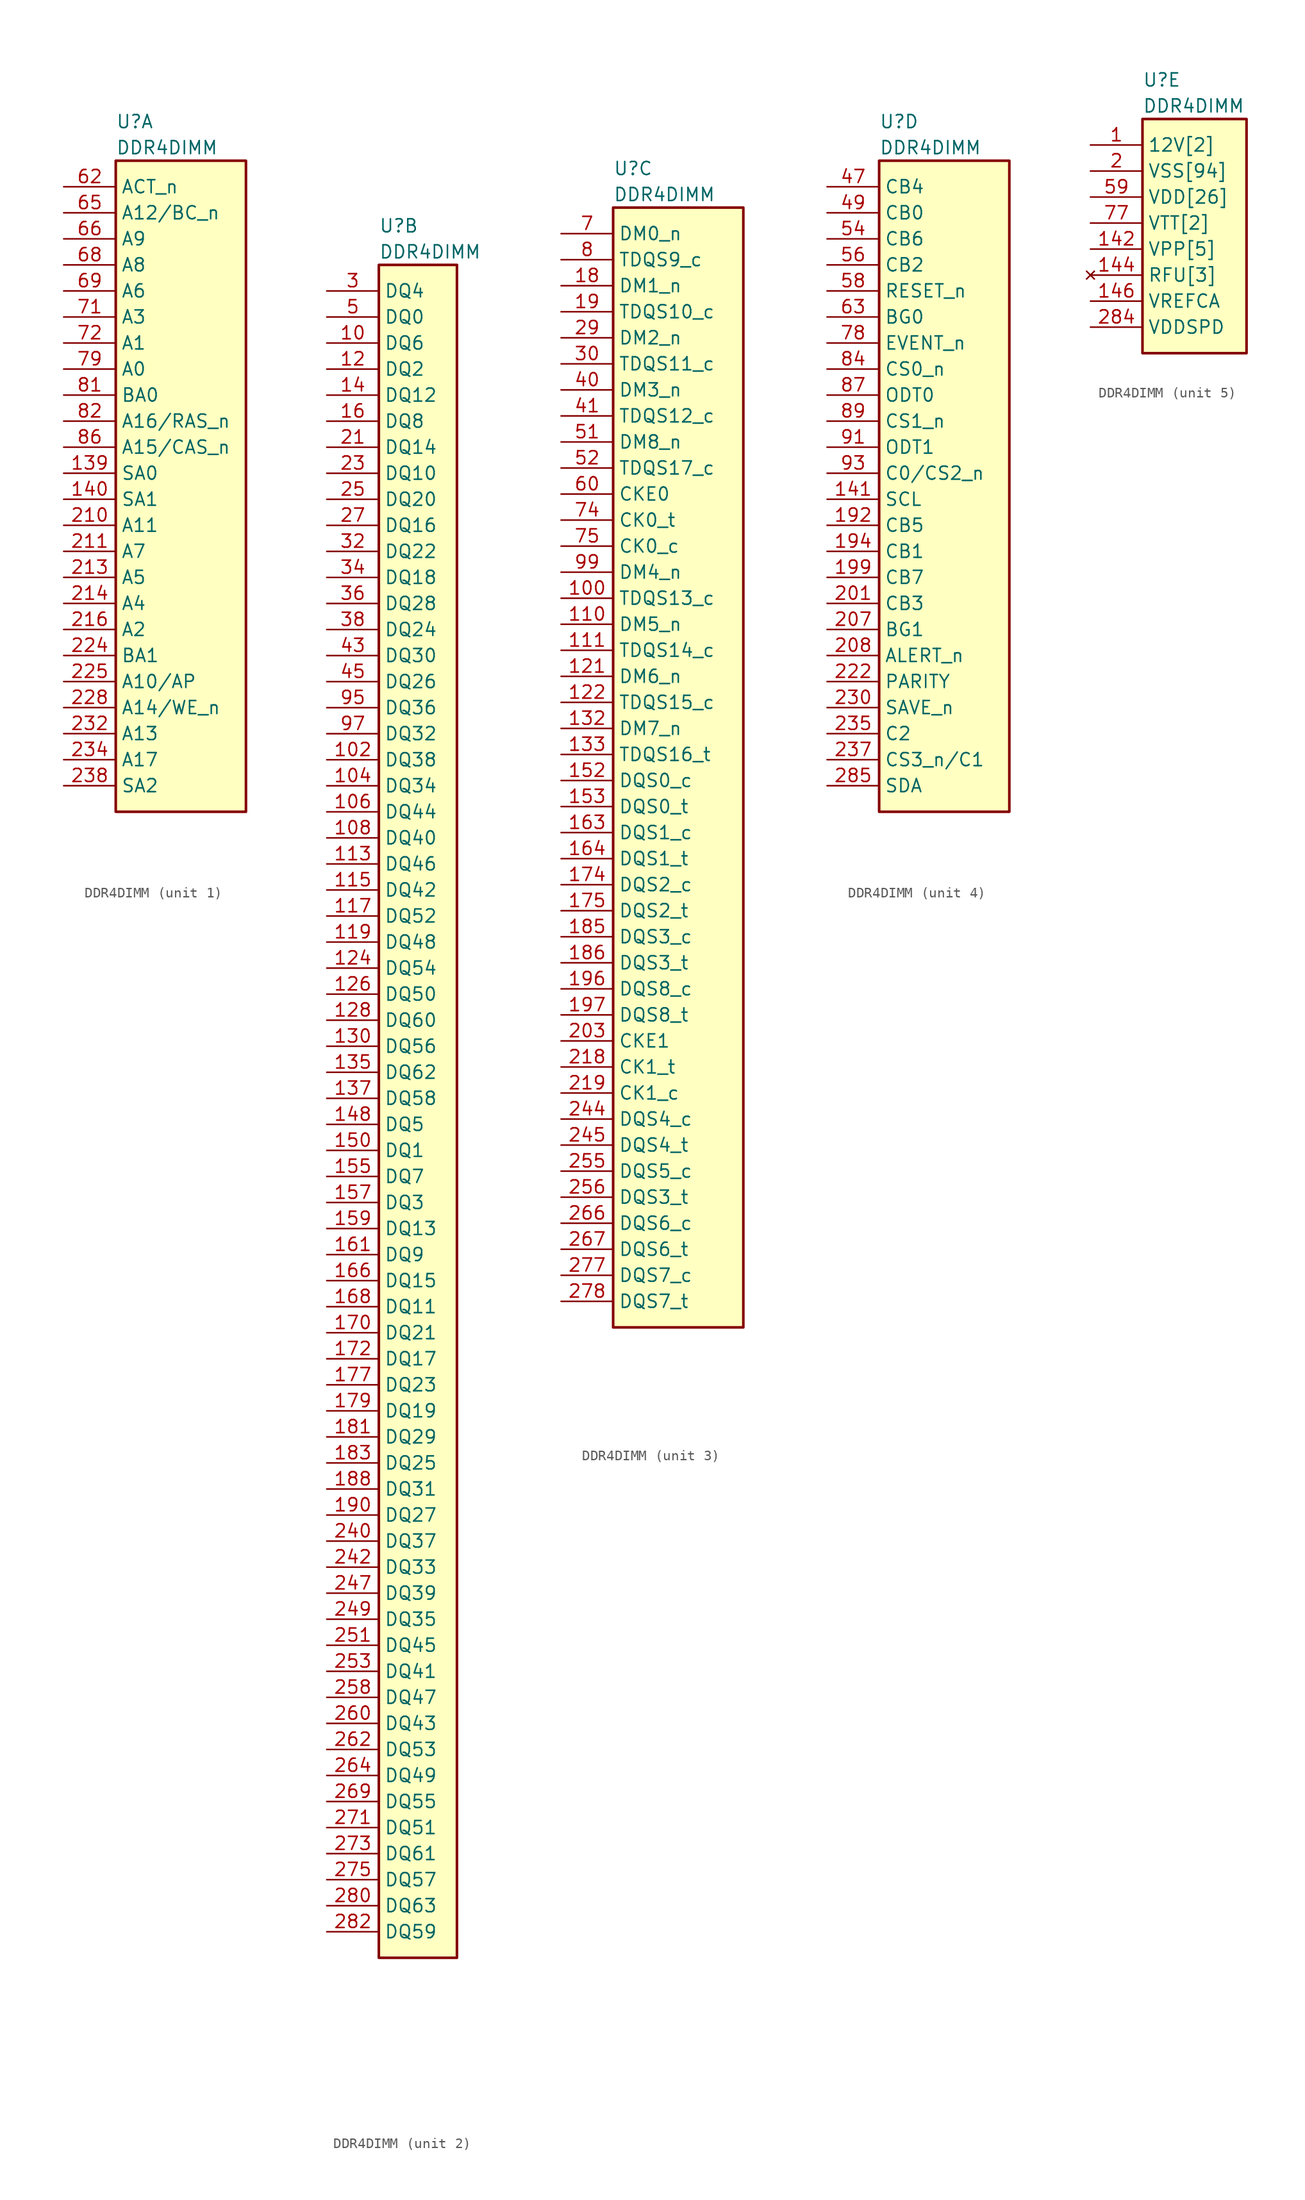
<source format=kicad_sym>
(kicad_symbol_lib
  (version 20211014)
  (generator kicad_symbol_editor)
  (symbol "﻿DDR4DIMM"
    (property "Reference" "U"
      (at 5.08 6.35 0)
      (effects (font (size 1.27 1.27)) (justify left)))
    (property "Value" "﻿DDR4DIMM"
      (at 5.08 3.81 0)
      (effects (font (size 1.27 1.27)) (justify left)))
    (property "ki_locked" ""
      (at 0 0 0)
      (effects (font (size 1.27 1.27))))
    (symbol "﻿DDR4DIMM_1_1"
      (rectangle (start 5.08 2.54) (end 17.78 -60.96) (stroke (width 0.254) (type default) (color 0 0 0 0)) (fill (type background)))
      (pin bidirectional line (at 0 -27.94 0) (length 5.08) (name "SA0" (effects (font (size 1.27 1.27)))) (number "139" (effects (font (size 1.27 1.27)))))
      (pin bidirectional line (at 0 -30.48 0) (length 5.08) (name "SA1" (effects (font (size 1.27 1.27)))) (number "140" (effects (font (size 1.27 1.27)))))
      (pin bidirectional line (at 0 -33.02 0) (length 5.08) (name "A11" (effects (font (size 1.27 1.27)))) (number "210" (effects (font (size 1.27 1.27)))))
      (pin bidirectional line (at 0 -35.56 0) (length 5.08) (name "A7" (effects (font (size 1.27 1.27)))) (number "211" (effects (font (size 1.27 1.27)))))
      (pin bidirectional line (at 0 -38.1 0) (length 5.08) (name "A5" (effects (font (size 1.27 1.27)))) (number "213" (effects (font (size 1.27 1.27)))))
      (pin bidirectional line (at 0 -40.64 0) (length 5.08) (name "A4" (effects (font (size 1.27 1.27)))) (number "214" (effects (font (size 1.27 1.27)))))
      (pin bidirectional line (at 0 -43.18 0) (length 5.08) (name "A2" (effects (font (size 1.27 1.27)))) (number "216" (effects (font (size 1.27 1.27)))))
      (pin bidirectional line (at 0 -45.72 0) (length 5.08) (name "BA1" (effects (font (size 1.27 1.27)))) (number "224" (effects (font (size 1.27 1.27)))))
      (pin bidirectional line (at 0 -48.26 0) (length 5.08) (name "A10/AP" (effects (font (size 1.27 1.27)))) (number "225" (effects (font (size 1.27 1.27)))))
      (pin bidirectional line (at 0 -50.8 0) (length 5.08) (name "A14/WE_n" (effects (font (size 1.27 1.27)))) (number "228" (effects (font (size 1.27 1.27)))))
      (pin bidirectional line (at 0 -53.34 0) (length 5.08) (name "A13" (effects (font (size 1.27 1.27)))) (number "232" (effects (font (size 1.27 1.27)))))
      (pin bidirectional line (at 0 -55.88 0) (length 5.08) (name "A17" (effects (font (size 1.27 1.27)))) (number "234" (effects (font (size 1.27 1.27)))))
      (pin bidirectional line (at 0 -58.42 0) (length 5.08) (name "SA2" (effects (font (size 1.27 1.27)))) (number "238" (effects (font (size 1.27 1.27)))))
      (pin bidirectional line (at 0 0 0) (length 5.08) (name "ACT_n" (effects (font (size 1.27 1.27)))) (number "62" (effects (font (size 1.27 1.27)))))
      (pin bidirectional line (at 0 -2.54 0) (length 5.08) (name "A12/BC_n" (effects (font (size 1.27 1.27)))) (number "65" (effects (font (size 1.27 1.27)))))
      (pin bidirectional line (at 0 -5.08 0) (length 5.08) (name "A9" (effects (font (size 1.27 1.27)))) (number "66" (effects (font (size 1.27 1.27)))))
      (pin bidirectional line (at 0 -7.62 0) (length 5.08) (name "A8" (effects (font (size 1.27 1.27)))) (number "68" (effects (font (size 1.27 1.27)))))
      (pin bidirectional line (at 0 -10.16 0) (length 5.08) (name "A6" (effects (font (size 1.27 1.27)))) (number "69" (effects (font (size 1.27 1.27)))))
      (pin bidirectional line (at 0 -12.7 0) (length 5.08) (name "A3" (effects (font (size 1.27 1.27)))) (number "71" (effects (font (size 1.27 1.27)))))
      (pin bidirectional line (at 0 -15.24 0) (length 5.08) (name "A1" (effects (font (size 1.27 1.27)))) (number "72" (effects (font (size 1.27 1.27)))))
      (pin bidirectional line (at 0 -17.78 0) (length 5.08) (name "A0" (effects (font (size 1.27 1.27)))) (number "79" (effects (font (size 1.27 1.27)))))
      (pin bidirectional line (at 0 -20.32 0) (length 5.08) (name "BA0" (effects (font (size 1.27 1.27)))) (number "81" (effects (font (size 1.27 1.27)))))
      (pin bidirectional line (at 0 -22.86 0) (length 5.08) (name "A16/RAS_n" (effects (font (size 1.27 1.27)))) (number "82" (effects (font (size 1.27 1.27)))))
      (pin bidirectional line (at 0 -25.4 0) (length 5.08) (name "A15/CAS_n" (effects (font (size 1.27 1.27)))) (number "86" (effects (font (size 1.27 1.27))))))
    (symbol "﻿DDR4DIMM_2_1"
      (rectangle (start 5.08 2.54) (end 12.7 -162.56) (stroke (width 0.254) (type default) (color 0 0 0 0)) (fill (type background)))
      (pin bidirectional line (at 0 -5.08 0) (length 5.08) (name "DQ6" (effects (font (size 1.27 1.27)))) (number "10" (effects (font (size 1.27 1.27)))))
      (pin bidirectional line (at 0 -45.72 0) (length 5.08) (name "DQ38" (effects (font (size 1.27 1.27)))) (number "102" (effects (font (size 1.27 1.27)))))
      (pin bidirectional line (at 0 -48.26 0) (length 5.08) (name "DQ34" (effects (font (size 1.27 1.27)))) (number "104" (effects (font (size 1.27 1.27)))))
      (pin bidirectional line (at 0 -50.8 0) (length 5.08) (name "DQ44" (effects (font (size 1.27 1.27)))) (number "106" (effects (font (size 1.27 1.27)))))
      (pin bidirectional line (at 0 -53.34 0) (length 5.08) (name "DQ40" (effects (font (size 1.27 1.27)))) (number "108" (effects (font (size 1.27 1.27)))))
      (pin bidirectional line (at 0 -55.88 0) (length 5.08) (name "DQ46" (effects (font (size 1.27 1.27)))) (number "113" (effects (font (size 1.27 1.27)))))
      (pin bidirectional line (at 0 -58.42 0) (length 5.08) (name "DQ42" (effects (font (size 1.27 1.27)))) (number "115" (effects (font (size 1.27 1.27)))))
      (pin bidirectional line (at 0 -60.96 0) (length 5.08) (name "DQ52" (effects (font (size 1.27 1.27)))) (number "117" (effects (font (size 1.27 1.27)))))
      (pin bidirectional line (at 0 -63.5 0) (length 5.08) (name "DQ48" (effects (font (size 1.27 1.27)))) (number "119" (effects (font (size 1.27 1.27)))))
      (pin bidirectional line (at 0 -7.62 0) (length 5.08) (name "DQ2" (effects (font (size 1.27 1.27)))) (number "12" (effects (font (size 1.27 1.27)))))
      (pin bidirectional line (at 0 -66.04 0) (length 5.08) (name "DQ54" (effects (font (size 1.27 1.27)))) (number "124" (effects (font (size 1.27 1.27)))))
      (pin bidirectional line (at 0 -68.58 0) (length 5.08) (name "DQ50" (effects (font (size 1.27 1.27)))) (number "126" (effects (font (size 1.27 1.27)))))
      (pin bidirectional line (at 0 -71.12 0) (length 5.08) (name "DQ60" (effects (font (size 1.27 1.27)))) (number "128" (effects (font (size 1.27 1.27)))))
      (pin bidirectional line (at 0 -73.66 0) (length 5.08) (name "DQ56" (effects (font (size 1.27 1.27)))) (number "130" (effects (font (size 1.27 1.27)))))
      (pin bidirectional line (at 0 -76.2 0) (length 5.08) (name "DQ62" (effects (font (size 1.27 1.27)))) (number "135" (effects (font (size 1.27 1.27)))))
      (pin bidirectional line (at 0 -78.74 0) (length 5.08) (name "DQ58" (effects (font (size 1.27 1.27)))) (number "137" (effects (font (size 1.27 1.27)))))
      (pin bidirectional line (at 0 -10.16 0) (length 5.08) (name "DQ12" (effects (font (size 1.27 1.27)))) (number "14" (effects (font (size 1.27 1.27)))))
      (pin bidirectional line (at 0 -81.28 0) (length 5.08) (name "DQ5" (effects (font (size 1.27 1.27)))) (number "148" (effects (font (size 1.27 1.27)))))
      (pin bidirectional line (at 0 -83.82 0) (length 5.08) (name "DQ1" (effects (font (size 1.27 1.27)))) (number "150" (effects (font (size 1.27 1.27)))))
      (pin bidirectional line (at 0 -86.36 0) (length 5.08) (name "DQ7" (effects (font (size 1.27 1.27)))) (number "155" (effects (font (size 1.27 1.27)))))
      (pin bidirectional line (at 0 -88.9 0) (length 5.08) (name "DQ3" (effects (font (size 1.27 1.27)))) (number "157" (effects (font (size 1.27 1.27)))))
      (pin bidirectional line (at 0 -91.44 0) (length 5.08) (name "DQ13" (effects (font (size 1.27 1.27)))) (number "159" (effects (font (size 1.27 1.27)))))
      (pin bidirectional line (at 0 -12.7 0) (length 5.08) (name "DQ8" (effects (font (size 1.27 1.27)))) (number "16" (effects (font (size 1.27 1.27)))))
      (pin bidirectional line (at 0 -93.98 0) (length 5.08) (name "DQ9" (effects (font (size 1.27 1.27)))) (number "161" (effects (font (size 1.27 1.27)))))
      (pin bidirectional line (at 0 -96.52 0) (length 5.08) (name "DQ15" (effects (font (size 1.27 1.27)))) (number "166" (effects (font (size 1.27 1.27)))))
      (pin bidirectional line (at 0 -99.06 0) (length 5.08) (name "DQ11" (effects (font (size 1.27 1.27)))) (number "168" (effects (font (size 1.27 1.27)))))
      (pin bidirectional line (at 0 -101.6 0) (length 5.08) (name "DQ21" (effects (font (size 1.27 1.27)))) (number "170" (effects (font (size 1.27 1.27)))))
      (pin bidirectional line (at 0 -104.14 0) (length 5.08) (name "DQ17" (effects (font (size 1.27 1.27)))) (number "172" (effects (font (size 1.27 1.27)))))
      (pin bidirectional line (at 0 -106.68 0) (length 5.08) (name "DQ23" (effects (font (size 1.27 1.27)))) (number "177" (effects (font (size 1.27 1.27)))))
      (pin bidirectional line (at 0 -109.22 0) (length 5.08) (name "DQ19" (effects (font (size 1.27 1.27)))) (number "179" (effects (font (size 1.27 1.27)))))
      (pin bidirectional line (at 0 -111.76 0) (length 5.08) (name "DQ29" (effects (font (size 1.27 1.27)))) (number "181" (effects (font (size 1.27 1.27)))))
      (pin bidirectional line (at 0 -114.3 0) (length 5.08) (name "DQ25" (effects (font (size 1.27 1.27)))) (number "183" (effects (font (size 1.27 1.27)))))
      (pin bidirectional line (at 0 -116.84 0) (length 5.08) (name "DQ31" (effects (font (size 1.27 1.27)))) (number "188" (effects (font (size 1.27 1.27)))))
      (pin bidirectional line (at 0 -119.38 0) (length 5.08) (name "DQ27" (effects (font (size 1.27 1.27)))) (number "190" (effects (font (size 1.27 1.27)))))
      (pin bidirectional line (at 0 -15.24 0) (length 5.08) (name "DQ14" (effects (font (size 1.27 1.27)))) (number "21" (effects (font (size 1.27 1.27)))))
      (pin bidirectional line (at 0 -17.78 0) (length 5.08) (name "DQ10" (effects (font (size 1.27 1.27)))) (number "23" (effects (font (size 1.27 1.27)))))
      (pin bidirectional line (at 0 -121.92 0) (length 5.08) (name "DQ37" (effects (font (size 1.27 1.27)))) (number "240" (effects (font (size 1.27 1.27)))))
      (pin bidirectional line (at 0 -124.46 0) (length 5.08) (name "DQ33" (effects (font (size 1.27 1.27)))) (number "242" (effects (font (size 1.27 1.27)))))
      (pin bidirectional line (at 0 -127 0) (length 5.08) (name "DQ39" (effects (font (size 1.27 1.27)))) (number "247" (effects (font (size 1.27 1.27)))))
      (pin bidirectional line (at 0 -129.54 0) (length 5.08) (name "DQ35" (effects (font (size 1.27 1.27)))) (number "249" (effects (font (size 1.27 1.27)))))
      (pin bidirectional line (at 0 -20.32 0) (length 5.08) (name "DQ20" (effects (font (size 1.27 1.27)))) (number "25" (effects (font (size 1.27 1.27)))))
      (pin bidirectional line (at 0 -132.08 0) (length 5.08) (name "DQ45" (effects (font (size 1.27 1.27)))) (number "251" (effects (font (size 1.27 1.27)))))
      (pin bidirectional line (at 0 -134.62 0) (length 5.08) (name "DQ41" (effects (font (size 1.27 1.27)))) (number "253" (effects (font (size 1.27 1.27)))))
      (pin bidirectional line (at 0 -137.16 0) (length 5.08) (name "DQ47" (effects (font (size 1.27 1.27)))) (number "258" (effects (font (size 1.27 1.27)))))
      (pin bidirectional line (at 0 -139.7 0) (length 5.08) (name "DQ43" (effects (font (size 1.27 1.27)))) (number "260" (effects (font (size 1.27 1.27)))))
      (pin bidirectional line (at 0 -142.24 0) (length 5.08) (name "DQ53" (effects (font (size 1.27 1.27)))) (number "262" (effects (font (size 1.27 1.27)))))
      (pin bidirectional line (at 0 -144.78 0) (length 5.08) (name "DQ49" (effects (font (size 1.27 1.27)))) (number "264" (effects (font (size 1.27 1.27)))))
      (pin bidirectional line (at 0 -147.32 0) (length 5.08) (name "DQ55" (effects (font (size 1.27 1.27)))) (number "269" (effects (font (size 1.27 1.27)))))
      (pin bidirectional line (at 0 -22.86 0) (length 5.08) (name "DQ16" (effects (font (size 1.27 1.27)))) (number "27" (effects (font (size 1.27 1.27)))))
      (pin bidirectional line (at 0 -149.86 0) (length 5.08) (name "DQ51" (effects (font (size 1.27 1.27)))) (number "271" (effects (font (size 1.27 1.27)))))
      (pin bidirectional line (at 0 -152.4 0) (length 5.08) (name "DQ61" (effects (font (size 1.27 1.27)))) (number "273" (effects (font (size 1.27 1.27)))))
      (pin bidirectional line (at 0 -154.94 0) (length 5.08) (name "DQ57" (effects (font (size 1.27 1.27)))) (number "275" (effects (font (size 1.27 1.27)))))
      (pin bidirectional line (at 0 -157.48 0) (length 5.08) (name "DQ63" (effects (font (size 1.27 1.27)))) (number "280" (effects (font (size 1.27 1.27)))))
      (pin bidirectional line (at 0 -160.02 0) (length 5.08) (name "DQ59" (effects (font (size 1.27 1.27)))) (number "282" (effects (font (size 1.27 1.27)))))
      (pin bidirectional line (at 0 0 0) (length 5.08) (name "DQ4" (effects (font (size 1.27 1.27)))) (number "3" (effects (font (size 1.27 1.27)))))
      (pin bidirectional line (at 0 -25.4 0) (length 5.08) (name "DQ22" (effects (font (size 1.27 1.27)))) (number "32" (effects (font (size 1.27 1.27)))))
      (pin bidirectional line (at 0 -27.94 0) (length 5.08) (name "DQ18" (effects (font (size 1.27 1.27)))) (number "34" (effects (font (size 1.27 1.27)))))
      (pin bidirectional line (at 0 -30.48 0) (length 5.08) (name "DQ28" (effects (font (size 1.27 1.27)))) (number "36" (effects (font (size 1.27 1.27)))))
      (pin bidirectional line (at 0 -33.02 0) (length 5.08) (name "DQ24" (effects (font (size 1.27 1.27)))) (number "38" (effects (font (size 1.27 1.27)))))
      (pin bidirectional line (at 0 -35.56 0) (length 5.08) (name "DQ30" (effects (font (size 1.27 1.27)))) (number "43" (effects (font (size 1.27 1.27)))))
      (pin bidirectional line (at 0 -38.1 0) (length 5.08) (name "DQ26" (effects (font (size 1.27 1.27)))) (number "45" (effects (font (size 1.27 1.27)))))
      (pin bidirectional line (at 0 -2.54 0) (length 5.08) (name "DQ0" (effects (font (size 1.27 1.27)))) (number "5" (effects (font (size 1.27 1.27)))))
      (pin bidirectional line (at 0 -40.64 0) (length 5.08) (name "DQ36" (effects (font (size 1.27 1.27)))) (number "95" (effects (font (size 1.27 1.27)))))
      (pin bidirectional line (at 0 -43.18 0) (length 5.08) (name "DQ32" (effects (font (size 1.27 1.27)))) (number "97" (effects (font (size 1.27 1.27))))))
    (symbol "﻿DDR4DIMM_3_1"
      (rectangle (start 5.08 2.54) (end 17.78 -106.68) (stroke (width 0.254) (type default) (color 0 0 0 0)) (fill (type background)))
      (pin bidirectional line (at 0 -35.56 0) (length 5.08) (name "TDQS13_c" (effects (font (size 1.27 1.27)))) (number "100" (effects (font (size 1.27 1.27)))))
      (pin bidirectional line (at 0 -38.1 0) (length 5.08) (name "DM5_n" (effects (font (size 1.27 1.27)))) (number "110" (effects (font (size 1.27 1.27)))))
      (pin bidirectional line (at 0 -40.64 0) (length 5.08) (name "TDQS14_c" (effects (font (size 1.27 1.27)))) (number "111" (effects (font (size 1.27 1.27)))))
      (pin bidirectional line (at 0 -43.18 0) (length 5.08) (name "DM6_n" (effects (font (size 1.27 1.27)))) (number "121" (effects (font (size 1.27 1.27)))))
      (pin bidirectional line (at 0 -45.72 0) (length 5.08) (name "TDQS15_c" (effects (font (size 1.27 1.27)))) (number "122" (effects (font (size 1.27 1.27)))))
      (pin bidirectional line (at 0 -48.26 0) (length 5.08) (name "DM7_n" (effects (font (size 1.27 1.27)))) (number "132" (effects (font (size 1.27 1.27)))))
      (pin bidirectional line (at 0 -50.8 0) (length 5.08) (name "TDQS16_t" (effects (font (size 1.27 1.27)))) (number "133" (effects (font (size 1.27 1.27)))))
      (pin bidirectional line (at 0 -53.34 0) (length 5.08) (name "DQS0_c" (effects (font (size 1.27 1.27)))) (number "152" (effects (font (size 1.27 1.27)))))
      (pin bidirectional line (at 0 -55.88 0) (length 5.08) (name "DQS0_t" (effects (font (size 1.27 1.27)))) (number "153" (effects (font (size 1.27 1.27)))))
      (pin bidirectional line (at 0 -58.42 0) (length 5.08) (name "DQS1_c" (effects (font (size 1.27 1.27)))) (number "163" (effects (font (size 1.27 1.27)))))
      (pin bidirectional line (at 0 -60.96 0) (length 5.08) (name "DQS1_t" (effects (font (size 1.27 1.27)))) (number "164" (effects (font (size 1.27 1.27)))))
      (pin bidirectional line (at 0 -63.5 0) (length 5.08) (name "DQS2_c" (effects (font (size 1.27 1.27)))) (number "174" (effects (font (size 1.27 1.27)))))
      (pin bidirectional line (at 0 -66.04 0) (length 5.08) (name "DQS2_t" (effects (font (size 1.27 1.27)))) (number "175" (effects (font (size 1.27 1.27)))))
      (pin bidirectional line (at 0 -5.08 0) (length 5.08) (name "DM1_n" (effects (font (size 1.27 1.27)))) (number "18" (effects (font (size 1.27 1.27)))))
      (pin bidirectional line (at 0 -68.58 0) (length 5.08) (name "DQS3_c" (effects (font (size 1.27 1.27)))) (number "185" (effects (font (size 1.27 1.27)))))
      (pin bidirectional line (at 0 -71.12 0) (length 5.08) (name "DQS3_t" (effects (font (size 1.27 1.27)))) (number "186" (effects (font (size 1.27 1.27)))))
      (pin bidirectional line (at 0 -7.62 0) (length 5.08) (name "TDQS10_c" (effects (font (size 1.27 1.27)))) (number "19" (effects (font (size 1.27 1.27)))))
      (pin bidirectional line (at 0 -73.66 0) (length 5.08) (name "DQS8_c" (effects (font (size 1.27 1.27)))) (number "196" (effects (font (size 1.27 1.27)))))
      (pin bidirectional line (at 0 -76.2 0) (length 5.08) (name "DQS8_t" (effects (font (size 1.27 1.27)))) (number "197" (effects (font (size 1.27 1.27)))))
      (pin bidirectional line (at 0 -78.74 0) (length 5.08) (name "CKE1" (effects (font (size 1.27 1.27)))) (number "203" (effects (font (size 1.27 1.27)))))
      (pin bidirectional line (at 0 -81.28 0) (length 5.08) (name "CK1_t" (effects (font (size 1.27 1.27)))) (number "218" (effects (font (size 1.27 1.27)))))
      (pin bidirectional line (at 0 -83.82 0) (length 5.08) (name "CK1_c" (effects (font (size 1.27 1.27)))) (number "219" (effects (font (size 1.27 1.27)))))
      (pin bidirectional line (at 0 -86.36 0) (length 5.08) (name "DQS4_c" (effects (font (size 1.27 1.27)))) (number "244" (effects (font (size 1.27 1.27)))))
      (pin bidirectional line (at 0 -88.9 0) (length 5.08) (name "DQS4_t" (effects (font (size 1.27 1.27)))) (number "245" (effects (font (size 1.27 1.27)))))
      (pin bidirectional line (at 0 -91.44 0) (length 5.08) (name "DQS5_c" (effects (font (size 1.27 1.27)))) (number "255" (effects (font (size 1.27 1.27)))))
      (pin bidirectional line (at 0 -93.98 0) (length 5.08) (name "DQS3_t" (effects (font (size 1.27 1.27)))) (number "256" (effects (font (size 1.27 1.27)))))
      (pin bidirectional line (at 0 -96.52 0) (length 5.08) (name "DQS6_c" (effects (font (size 1.27 1.27)))) (number "266" (effects (font (size 1.27 1.27)))))
      (pin bidirectional line (at 0 -99.06 0) (length 5.08) (name "DQS6_t" (effects (font (size 1.27 1.27)))) (number "267" (effects (font (size 1.27 1.27)))))
      (pin bidirectional line (at 0 -101.6 0) (length 5.08) (name "DQS7_c" (effects (font (size 1.27 1.27)))) (number "277" (effects (font (size 1.27 1.27)))))
      (pin bidirectional line (at 0 -104.14 0) (length 5.08) (name "DQS7_t" (effects (font (size 1.27 1.27)))) (number "278" (effects (font (size 1.27 1.27)))))
      (pin bidirectional line (at 0 -10.16 0) (length 5.08) (name "DM2_n" (effects (font (size 1.27 1.27)))) (number "29" (effects (font (size 1.27 1.27)))))
      (pin bidirectional line (at 0 -12.7 0) (length 5.08) (name "TDQS11_c" (effects (font (size 1.27 1.27)))) (number "30" (effects (font (size 1.27 1.27)))))
      (pin bidirectional line (at 0 -15.24 0) (length 5.08) (name "DM3_n" (effects (font (size 1.27 1.27)))) (number "40" (effects (font (size 1.27 1.27)))))
      (pin bidirectional line (at 0 -17.78 0) (length 5.08) (name "TDQS12_c" (effects (font (size 1.27 1.27)))) (number "41" (effects (font (size 1.27 1.27)))))
      (pin bidirectional line (at 0 -20.32 0) (length 5.08) (name "DM8_n" (effects (font (size 1.27 1.27)))) (number "51" (effects (font (size 1.27 1.27)))))
      (pin bidirectional line (at 0 -22.86 0) (length 5.08) (name "TDQS17_c" (effects (font (size 1.27 1.27)))) (number "52" (effects (font (size 1.27 1.27)))))
      (pin bidirectional line (at 0 -25.4 0) (length 5.08) (name "CKE0" (effects (font (size 1.27 1.27)))) (number "60" (effects (font (size 1.27 1.27)))))
      (pin bidirectional line (at 0 0 0) (length 5.08) (name "DM0_n" (effects (font (size 1.27 1.27)))) (number "7" (effects (font (size 1.27 1.27)))))
      (pin bidirectional line (at 0 -27.94 0) (length 5.08) (name "CK0_t" (effects (font (size 1.27 1.27)))) (number "74" (effects (font (size 1.27 1.27)))))
      (pin bidirectional line (at 0 -30.48 0) (length 5.08) (name "CK0_c" (effects (font (size 1.27 1.27)))) (number "75" (effects (font (size 1.27 1.27)))))
      (pin bidirectional line (at 0 -2.54 0) (length 5.08) (name "TDQS9_c" (effects (font (size 1.27 1.27)))) (number "8" (effects (font (size 1.27 1.27)))))
      (pin bidirectional line (at 0 -33.02 0) (length 5.08) (name "DM4_n" (effects (font (size 1.27 1.27)))) (number "99" (effects (font (size 1.27 1.27))))))
    (symbol "﻿DDR4DIMM_4_1"
      (rectangle (start 5.08 2.54) (end 17.78 -60.96) (stroke (width 0.254) (type default) (color 0 0 0 0)) (fill (type background)))
      (pin bidirectional line (at 0 -30.48 0) (length 5.08) (name "SCL" (effects (font (size 1.27 1.27)))) (number "141" (effects (font (size 1.27 1.27)))))
      (pin bidirectional line (at 0 -33.02 0) (length 5.08) (name "CB5" (effects (font (size 1.27 1.27)))) (number "192" (effects (font (size 1.27 1.27)))))
      (pin bidirectional line (at 0 -35.56 0) (length 5.08) (name "CB1" (effects (font (size 1.27 1.27)))) (number "194" (effects (font (size 1.27 1.27)))))
      (pin bidirectional line (at 0 -38.1 0) (length 5.08) (name "CB7" (effects (font (size 1.27 1.27)))) (number "199" (effects (font (size 1.27 1.27)))))
      (pin bidirectional line (at 0 -40.64 0) (length 5.08) (name "CB3" (effects (font (size 1.27 1.27)))) (number "201" (effects (font (size 1.27 1.27)))))
      (pin bidirectional line (at 0 -43.18 0) (length 5.08) (name "BG1" (effects (font (size 1.27 1.27)))) (number "207" (effects (font (size 1.27 1.27)))))
      (pin bidirectional line (at 0 -45.72 0) (length 5.08) (name "ALERT_n" (effects (font (size 1.27 1.27)))) (number "208" (effects (font (size 1.27 1.27)))))
      (pin bidirectional line (at 0 -48.26 0) (length 5.08) (name "PARITY" (effects (font (size 1.27 1.27)))) (number "222" (effects (font (size 1.27 1.27)))))
      (pin bidirectional line (at 0 -50.8 0) (length 5.08) (name "SAVE_n" (effects (font (size 1.27 1.27)))) (number "230" (effects (font (size 1.27 1.27)))))
      (pin bidirectional line (at 0 -53.34 0) (length 5.08) (name "C2" (effects (font (size 1.27 1.27)))) (number "235" (effects (font (size 1.27 1.27)))))
      (pin bidirectional line (at 0 -55.88 0) (length 5.08) (name "CS3_n/C1" (effects (font (size 1.27 1.27)))) (number "237" (effects (font (size 1.27 1.27)))))
      (pin bidirectional line (at 0 -58.42 0) (length 5.08) (name "SDA" (effects (font (size 1.27 1.27)))) (number "285" (effects (font (size 1.27 1.27)))))
      (pin bidirectional line (at 0 0 0) (length 5.08) (name "CB4" (effects (font (size 1.27 1.27)))) (number "47" (effects (font (size 1.27 1.27)))))
      (pin bidirectional line (at 0 -2.54 0) (length 5.08) (name "CB0" (effects (font (size 1.27 1.27)))) (number "49" (effects (font (size 1.27 1.27)))))
      (pin bidirectional line (at 0 -5.08 0) (length 5.08) (name "CB6" (effects (font (size 1.27 1.27)))) (number "54" (effects (font (size 1.27 1.27)))))
      (pin bidirectional line (at 0 -7.62 0) (length 5.08) (name "CB2" (effects (font (size 1.27 1.27)))) (number "56" (effects (font (size 1.27 1.27)))))
      (pin bidirectional line (at 0 -10.16 0) (length 5.08) (name "RESET_n" (effects (font (size 1.27 1.27)))) (number "58" (effects (font (size 1.27 1.27)))))
      (pin bidirectional line (at 0 -12.7 0) (length 5.08) (name "BG0" (effects (font (size 1.27 1.27)))) (number "63" (effects (font (size 1.27 1.27)))))
      (pin bidirectional line (at 0 -15.24 0) (length 5.08) (name "EVENT_n" (effects (font (size 1.27 1.27)))) (number "78" (effects (font (size 1.27 1.27)))))
      (pin bidirectional line (at 0 -17.78 0) (length 5.08) (name "CS0_n" (effects (font (size 1.27 1.27)))) (number "84" (effects (font (size 1.27 1.27)))))
      (pin bidirectional line (at 0 -20.32 0) (length 5.08) (name "ODT0" (effects (font (size 1.27 1.27)))) (number "87" (effects (font (size 1.27 1.27)))))
      (pin bidirectional line (at 0 -22.86 0) (length 5.08) (name "CS1_n" (effects (font (size 1.27 1.27)))) (number "89" (effects (font (size 1.27 1.27)))))
      (pin bidirectional line (at 0 -25.4 0) (length 5.08) (name "ODT1" (effects (font (size 1.27 1.27)))) (number "91" (effects (font (size 1.27 1.27)))))
      (pin bidirectional line (at 0 -27.94 0) (length 5.08) (name "C0/CS2_n" (effects (font (size 1.27 1.27)))) (number "93" (effects (font (size 1.27 1.27))))))
    (symbol "﻿DDR4DIMM_5_1"
      (rectangle (start 5.08 2.54) (end 15.24 -20.32) (stroke (width 0.254) (type default) (color 0 0 0 0)) (fill (type background)))
      (pin power_in line (at 0 0 0) (length 5.08) (name "12V[2]" (effects (font (size 1.27 1.27)))) (number "1" (effects (font (size 1.27 1.27)))))
      (pin passive line (at 0 -2.54 0) (length 5.08) hide (name "VSS[94]" (effects (font (size 1.27 1.27)))) (number "101" (effects (font (size 1.27 1.27)))))
      (pin passive line (at 0 -2.54 0) (length 5.08) hide (name "VSS[94]" (effects (font (size 1.27 1.27)))) (number "103" (effects (font (size 1.27 1.27)))))
      (pin passive line (at 0 -2.54 0) (length 5.08) hide (name "VSS[94]" (effects (font (size 1.27 1.27)))) (number "105" (effects (font (size 1.27 1.27)))))
      (pin passive line (at 0 -2.54 0) (length 5.08) hide (name "VSS[94]" (effects (font (size 1.27 1.27)))) (number "107" (effects (font (size 1.27 1.27)))))
      (pin passive line (at 0 -2.54 0) (length 5.08) hide (name "VSS[94]" (effects (font (size 1.27 1.27)))) (number "109" (effects (font (size 1.27 1.27)))))
      (pin passive line (at 0 -2.54 0) (length 5.08) hide (name "VSS[94]" (effects (font (size 1.27 1.27)))) (number "11" (effects (font (size 1.27 1.27)))))
      (pin passive line (at 0 -2.54 0) (length 5.08) hide (name "VSS[94]" (effects (font (size 1.27 1.27)))) (number "112" (effects (font (size 1.27 1.27)))))
      (pin passive line (at 0 -2.54 0) (length 5.08) hide (name "VSS[94]" (effects (font (size 1.27 1.27)))) (number "114" (effects (font (size 1.27 1.27)))))
      (pin passive line (at 0 -2.54 0) (length 5.08) hide (name "VSS[94]" (effects (font (size 1.27 1.27)))) (number "116" (effects (font (size 1.27 1.27)))))
      (pin passive line (at 0 -2.54 0) (length 5.08) hide (name "VSS[94]" (effects (font (size 1.27 1.27)))) (number "118" (effects (font (size 1.27 1.27)))))
      (pin passive line (at 0 -2.54 0) (length 5.08) hide (name "VSS[94]" (effects (font (size 1.27 1.27)))) (number "120" (effects (font (size 1.27 1.27)))))
      (pin passive line (at 0 -2.54 0) (length 5.08) hide (name "VSS[94]" (effects (font (size 1.27 1.27)))) (number "123" (effects (font (size 1.27 1.27)))))
      (pin passive line (at 0 -2.54 0) (length 5.08) hide (name "VSS[94]" (effects (font (size 1.27 1.27)))) (number "125" (effects (font (size 1.27 1.27)))))
      (pin passive line (at 0 -2.54 0) (length 5.08) hide (name "VSS[94]" (effects (font (size 1.27 1.27)))) (number "127" (effects (font (size 1.27 1.27)))))
      (pin passive line (at 0 -2.54 0) (length 5.08) hide (name "VSS[94]" (effects (font (size 1.27 1.27)))) (number "129" (effects (font (size 1.27 1.27)))))
      (pin passive line (at 0 -2.54 0) (length 5.08) hide (name "VSS[94]" (effects (font (size 1.27 1.27)))) (number "13" (effects (font (size 1.27 1.27)))))
      (pin passive line (at 0 -2.54 0) (length 5.08) hide (name "VSS[94]" (effects (font (size 1.27 1.27)))) (number "131" (effects (font (size 1.27 1.27)))))
      (pin passive line (at 0 -2.54 0) (length 5.08) hide (name "VSS[94]" (effects (font (size 1.27 1.27)))) (number "134" (effects (font (size 1.27 1.27)))))
      (pin passive line (at 0 -2.54 0) (length 5.08) hide (name "VSS[94]" (effects (font (size 1.27 1.27)))) (number "136" (effects (font (size 1.27 1.27)))))
      (pin passive line (at 0 -2.54 0) (length 5.08) hide (name "VSS[94]" (effects (font (size 1.27 1.27)))) (number "138" (effects (font (size 1.27 1.27)))))
      (pin power_in line (at 0 -10.16 0) (length 5.08) (name "VPP[5]" (effects (font (size 1.27 1.27)))) (number "142" (effects (font (size 1.27 1.27)))))
      (pin passive line (at 0 -10.16 0) (length 5.08) hide (name "VPP[5]" (effects (font (size 1.27 1.27)))) (number "143" (effects (font (size 1.27 1.27)))))
      (pin no_connect line (at 0 -12.7 0) (length 5.08) (name "RFU[3]" (effects (font (size 1.27 1.27)))) (number "144" (effects (font (size 1.27 1.27)))))
      (pin passive line (at 0 0 0) (length 5.08) hide (name "12V[2]" (effects (font (size 1.27 1.27)))) (number "145" (effects (font (size 1.27 1.27)))))
      (pin power_in line (at 0 -15.24 0) (length 5.08) (name "VREFCA" (effects (font (size 1.27 1.27)))) (number "146" (effects (font (size 1.27 1.27)))))
      (pin passive line (at 0 -2.54 0) (length 5.08) hide (name "VSS[94]" (effects (font (size 1.27 1.27)))) (number "147" (effects (font (size 1.27 1.27)))))
      (pin passive line (at 0 -2.54 0) (length 5.08) hide (name "VSS[94]" (effects (font (size 1.27 1.27)))) (number "149" (effects (font (size 1.27 1.27)))))
      (pin passive line (at 0 -2.54 0) (length 5.08) hide (name "VSS[94]" (effects (font (size 1.27 1.27)))) (number "15" (effects (font (size 1.27 1.27)))))
      (pin passive line (at 0 -2.54 0) (length 5.08) hide (name "VSS[94]" (effects (font (size 1.27 1.27)))) (number "151" (effects (font (size 1.27 1.27)))))
      (pin passive line (at 0 -2.54 0) (length 5.08) hide (name "VSS[94]" (effects (font (size 1.27 1.27)))) (number "154" (effects (font (size 1.27 1.27)))))
      (pin passive line (at 0 -2.54 0) (length 5.08) hide (name "VSS[94]" (effects (font (size 1.27 1.27)))) (number "156" (effects (font (size 1.27 1.27)))))
      (pin passive line (at 0 -2.54 0) (length 5.08) hide (name "VSS[94]" (effects (font (size 1.27 1.27)))) (number "158" (effects (font (size 1.27 1.27)))))
      (pin passive line (at 0 -2.54 0) (length 5.08) hide (name "VSS[94]" (effects (font (size 1.27 1.27)))) (number "160" (effects (font (size 1.27 1.27)))))
      (pin passive line (at 0 -2.54 0) (length 5.08) hide (name "VSS[94]" (effects (font (size 1.27 1.27)))) (number "162" (effects (font (size 1.27 1.27)))))
      (pin passive line (at 0 -2.54 0) (length 5.08) hide (name "VSS[94]" (effects (font (size 1.27 1.27)))) (number "165" (effects (font (size 1.27 1.27)))))
      (pin passive line (at 0 -2.54 0) (length 5.08) hide (name "VSS[94]" (effects (font (size 1.27 1.27)))) (number "167" (effects (font (size 1.27 1.27)))))
      (pin passive line (at 0 -2.54 0) (length 5.08) hide (name "VSS[94]" (effects (font (size 1.27 1.27)))) (number "169" (effects (font (size 1.27 1.27)))))
      (pin passive line (at 0 -2.54 0) (length 5.08) hide (name "VSS[94]" (effects (font (size 1.27 1.27)))) (number "17" (effects (font (size 1.27 1.27)))))
      (pin passive line (at 0 -2.54 0) (length 5.08) hide (name "VSS[94]" (effects (font (size 1.27 1.27)))) (number "171" (effects (font (size 1.27 1.27)))))
      (pin passive line (at 0 -2.54 0) (length 5.08) hide (name "VSS[94]" (effects (font (size 1.27 1.27)))) (number "173" (effects (font (size 1.27 1.27)))))
      (pin passive line (at 0 -2.54 0) (length 5.08) hide (name "VSS[94]" (effects (font (size 1.27 1.27)))) (number "176" (effects (font (size 1.27 1.27)))))
      (pin passive line (at 0 -2.54 0) (length 5.08) hide (name "VSS[94]" (effects (font (size 1.27 1.27)))) (number "178" (effects (font (size 1.27 1.27)))))
      (pin passive line (at 0 -2.54 0) (length 5.08) hide (name "VSS[94]" (effects (font (size 1.27 1.27)))) (number "180" (effects (font (size 1.27 1.27)))))
      (pin passive line (at 0 -2.54 0) (length 5.08) hide (name "VSS[94]" (effects (font (size 1.27 1.27)))) (number "182" (effects (font (size 1.27 1.27)))))
      (pin passive line (at 0 -2.54 0) (length 5.08) hide (name "VSS[94]" (effects (font (size 1.27 1.27)))) (number "184" (effects (font (size 1.27 1.27)))))
      (pin passive line (at 0 -2.54 0) (length 5.08) hide (name "VSS[94]" (effects (font (size 1.27 1.27)))) (number "187" (effects (font (size 1.27 1.27)))))
      (pin passive line (at 0 -2.54 0) (length 5.08) hide (name "VSS[94]" (effects (font (size 1.27 1.27)))) (number "189" (effects (font (size 1.27 1.27)))))
      (pin passive line (at 0 -2.54 0) (length 5.08) hide (name "VSS[94]" (effects (font (size 1.27 1.27)))) (number "191" (effects (font (size 1.27 1.27)))))
      (pin passive line (at 0 -2.54 0) (length 5.08) hide (name "VSS[94]" (effects (font (size 1.27 1.27)))) (number "193" (effects (font (size 1.27 1.27)))))
      (pin passive line (at 0 -2.54 0) (length 5.08) hide (name "VSS[94]" (effects (font (size 1.27 1.27)))) (number "195" (effects (font (size 1.27 1.27)))))
      (pin passive line (at 0 -2.54 0) (length 5.08) hide (name "VSS[94]" (effects (font (size 1.27 1.27)))) (number "198" (effects (font (size 1.27 1.27)))))
      (pin power_in line (at 0 -2.54 0) (length 5.08) (name "VSS[94]" (effects (font (size 1.27 1.27)))) (number "2" (effects (font (size 1.27 1.27)))))
      (pin passive line (at 0 -2.54 0) (length 5.08) hide (name "VSS[94]" (effects (font (size 1.27 1.27)))) (number "20" (effects (font (size 1.27 1.27)))))
      (pin passive line (at 0 -2.54 0) (length 5.08) hide (name "VSS[94]" (effects (font (size 1.27 1.27)))) (number "200" (effects (font (size 1.27 1.27)))))
      (pin passive line (at 0 -2.54 0) (length 5.08) hide (name "VSS[94]" (effects (font (size 1.27 1.27)))) (number "202" (effects (font (size 1.27 1.27)))))
      (pin passive line (at 0 -5.08 0) (length 5.08) hide (name "VDD[26]" (effects (font (size 1.27 1.27)))) (number "204" (effects (font (size 1.27 1.27)))))
      (pin no_connect line (at 0 -12.675 0) (length 5.08) hide (name "RFU[3]" (effects (font (size 1.27 1.27)))) (number "205" (effects (font (size 1.27 1.27)))))
      (pin passive line (at 0 -5.08 0) (length 5.08) hide (name "VDD[26]" (effects (font (size 1.27 1.27)))) (number "206" (effects (font (size 1.27 1.27)))))
      (pin passive line (at 0 -5.08 0) (length 5.08) hide (name "VDD[26]" (effects (font (size 1.27 1.27)))) (number "209" (effects (font (size 1.27 1.27)))))
      (pin passive line (at 0 -5.08 0) (length 5.08) hide (name "VDD[26]" (effects (font (size 1.27 1.27)))) (number "212" (effects (font (size 1.27 1.27)))))
      (pin passive line (at 0 -5.08 0) (length 5.08) hide (name "VDD[26]" (effects (font (size 1.27 1.27)))) (number "215" (effects (font (size 1.27 1.27)))))
      (pin passive line (at 0 -5.08 0) (length 5.08) hide (name "VDD[26]" (effects (font (size 1.27 1.27)))) (number "217" (effects (font (size 1.27 1.27)))))
      (pin passive line (at 0 -2.54 0) (length 5.08) hide (name "VSS[94]" (effects (font (size 1.27 1.27)))) (number "22" (effects (font (size 1.27 1.27)))))
      (pin passive line (at 0 -5.08 0) (length 5.08) hide (name "VDD[26]" (effects (font (size 1.27 1.27)))) (number "220" (effects (font (size 1.27 1.27)))))
      (pin passive line (at 0 -7.62 0) (length 5.08) hide (name "VTT[2]" (effects (font (size 1.27 1.27)))) (number "221" (effects (font (size 1.27 1.27)))))
      (pin passive line (at 0 -5.08 0) (length 5.08) hide (name "VDD[26]" (effects (font (size 1.27 1.27)))) (number "223" (effects (font (size 1.27 1.27)))))
      (pin passive line (at 0 -5.08 0) (length 5.08) hide (name "VDD[26]" (effects (font (size 1.27 1.27)))) (number "226" (effects (font (size 1.27 1.27)))))
      (pin no_connect line (at 0.025 -12.675 0) (length 5.08) hide (name "RFU[3]" (effects (font (size 1.27 1.27)))) (number "227" (effects (font (size 1.27 1.27)))))
      (pin passive line (at 0 -5.08 0) (length 5.08) hide (name "VDD[26]" (effects (font (size 1.27 1.27)))) (number "229" (effects (font (size 1.27 1.27)))))
      (pin passive line (at 0 -5.08 0) (length 5.08) hide (name "VDD[26]" (effects (font (size 1.27 1.27)))) (number "231" (effects (font (size 1.27 1.27)))))
      (pin passive line (at 0 -5.08 0) (length 5.08) hide (name "VDD[26]" (effects (font (size 1.27 1.27)))) (number "233" (effects (font (size 1.27 1.27)))))
      (pin passive line (at 0 -5.08 0) (length 5.08) hide (name "VDD[26]" (effects (font (size 1.27 1.27)))) (number "236" (effects (font (size 1.27 1.27)))))
      (pin passive line (at 0 -2.54 0) (length 5.08) hide (name "VSS[94]" (effects (font (size 1.27 1.27)))) (number "239" (effects (font (size 1.27 1.27)))))
      (pin passive line (at 0 -2.54 0) (length 5.08) hide (name "VSS[94]" (effects (font (size 1.27 1.27)))) (number "24" (effects (font (size 1.27 1.27)))))
      (pin passive line (at 0 -2.54 0) (length 5.08) hide (name "VSS[94]" (effects (font (size 1.27 1.27)))) (number "241" (effects (font (size 1.27 1.27)))))
      (pin passive line (at 0 -2.54 0) (length 5.08) hide (name "VSS[94]" (effects (font (size 1.27 1.27)))) (number "243" (effects (font (size 1.27 1.27)))))
      (pin passive line (at 0 -2.54 0) (length 5.08) hide (name "VSS[94]" (effects (font (size 1.27 1.27)))) (number "246" (effects (font (size 1.27 1.27)))))
      (pin passive line (at 0 -2.54 0) (length 5.08) hide (name "VSS[94]" (effects (font (size 1.27 1.27)))) (number "248" (effects (font (size 1.27 1.27)))))
      (pin passive line (at 0 -2.54 0) (length 5.08) hide (name "VSS[94]" (effects (font (size 1.27 1.27)))) (number "250" (effects (font (size 1.27 1.27)))))
      (pin passive line (at 0 -2.54 0) (length 5.08) hide (name "VSS[94]" (effects (font (size 1.27 1.27)))) (number "252" (effects (font (size 1.27 1.27)))))
      (pin passive line (at 0 -2.54 0) (length 5.08) hide (name "VSS[94]" (effects (font (size 1.27 1.27)))) (number "254" (effects (font (size 1.27 1.27)))))
      (pin passive line (at 0 -2.54 0) (length 5.08) hide (name "VSS[94]" (effects (font (size 1.27 1.27)))) (number "257" (effects (font (size 1.27 1.27)))))
      (pin passive line (at 0 -2.54 0) (length 5.08) hide (name "VSS[94]" (effects (font (size 1.27 1.27)))) (number "259" (effects (font (size 1.27 1.27)))))
      (pin passive line (at 0 -2.54 0) (length 5.08) hide (name "VSS[94]" (effects (font (size 1.27 1.27)))) (number "26" (effects (font (size 1.27 1.27)))))
      (pin passive line (at 0 -2.54 0) (length 5.08) hide (name "VSS[94]" (effects (font (size 1.27 1.27)))) (number "261" (effects (font (size 1.27 1.27)))))
      (pin passive line (at 0 -2.54 0) (length 5.08) hide (name "VSS[94]" (effects (font (size 1.27 1.27)))) (number "263" (effects (font (size 1.27 1.27)))))
      (pin passive line (at 0 -2.54 0) (length 5.08) hide (name "VSS[94]" (effects (font (size 1.27 1.27)))) (number "265" (effects (font (size 1.27 1.27)))))
      (pin passive line (at 0 -2.54 0) (length 5.08) hide (name "VSS[94]" (effects (font (size 1.27 1.27)))) (number "268" (effects (font (size 1.27 1.27)))))
      (pin passive line (at 0 -2.54 0) (length 5.08) hide (name "VSS[94]" (effects (font (size 1.27 1.27)))) (number "270" (effects (font (size 1.27 1.27)))))
      (pin passive line (at 0 -2.54 0) (length 5.08) hide (name "VSS[94]" (effects (font (size 1.27 1.27)))) (number "272" (effects (font (size 1.27 1.27)))))
      (pin passive line (at 0 -2.54 0) (length 5.08) hide (name "VSS[94]" (effects (font (size 1.27 1.27)))) (number "274" (effects (font (size 1.27 1.27)))))
      (pin passive line (at 0 -2.54 0) (length 5.08) hide (name "VSS[94]" (effects (font (size 1.27 1.27)))) (number "276" (effects (font (size 1.27 1.27)))))
      (pin passive line (at 0 -2.54 0) (length 5.08) hide (name "VSS[94]" (effects (font (size 1.27 1.27)))) (number "279" (effects (font (size 1.27 1.27)))))
      (pin passive line (at 0 -2.54 0) (length 5.08) hide (name "VSS[94]" (effects (font (size 1.27 1.27)))) (number "28" (effects (font (size 1.27 1.27)))))
      (pin passive line (at 0 -2.54 0) (length 5.08) hide (name "VSS[94]" (effects (font (size 1.27 1.27)))) (number "281" (effects (font (size 1.27 1.27)))))
      (pin passive line (at 0 -2.54 0) (length 5.08) hide (name "VSS[94]" (effects (font (size 1.27 1.27)))) (number "283" (effects (font (size 1.27 1.27)))))
      (pin power_in line (at 0 -17.78 0) (length 5.08) (name "VDDSPD" (effects (font (size 1.27 1.27)))) (number "284" (effects (font (size 1.27 1.27)))))
      (pin passive line (at 0 -10.16 0) (length 5.08) hide (name "VPP[5]" (effects (font (size 1.27 1.27)))) (number "286" (effects (font (size 1.27 1.27)))))
      (pin passive line (at 0 -10.16 0) (length 5.08) hide (name "VPP[5]" (effects (font (size 1.27 1.27)))) (number "287" (effects (font (size 1.27 1.27)))))
      (pin passive line (at 0 -10.16 0) (length 5.08) hide (name "VPP[5]" (effects (font (size 1.27 1.27)))) (number "288" (effects (font (size 1.27 1.27)))))
      (pin passive line (at 0 -2.54 0) (length 5.08) hide (name "VSS[94]" (effects (font (size 1.27 1.27)))) (number "31" (effects (font (size 1.27 1.27)))))
      (pin passive line (at 0 -2.54 0) (length 5.08) hide (name "VSS[94]" (effects (font (size 1.27 1.27)))) (number "33" (effects (font (size 1.27 1.27)))))
      (pin passive line (at 0 -2.54 0) (length 5.08) hide (name "VSS[94]" (effects (font (size 1.27 1.27)))) (number "35" (effects (font (size 1.27 1.27)))))
      (pin passive line (at 0 -2.54 0) (length 5.08) hide (name "VSS[94]" (effects (font (size 1.27 1.27)))) (number "37" (effects (font (size 1.27 1.27)))))
      (pin passive line (at 0 -2.54 0) (length 5.08) hide (name "VSS[94]" (effects (font (size 1.27 1.27)))) (number "39" (effects (font (size 1.27 1.27)))))
      (pin passive line (at 0 -2.54 0) (length 5.08) hide (name "VSS[94]" (effects (font (size 1.27 1.27)))) (number "4" (effects (font (size 1.27 1.27)))))
      (pin passive line (at 0 -2.54 0) (length 5.08) hide (name "VSS[94]" (effects (font (size 1.27 1.27)))) (number "42" (effects (font (size 1.27 1.27)))))
      (pin passive line (at 0 -2.54 0) (length 5.08) hide (name "VSS[94]" (effects (font (size 1.27 1.27)))) (number "44" (effects (font (size 1.27 1.27)))))
      (pin passive line (at 0 -2.54 0) (length 5.08) hide (name "VSS[94]" (effects (font (size 1.27 1.27)))) (number "46" (effects (font (size 1.27 1.27)))))
      (pin passive line (at 0 -2.54 0) (length 5.08) hide (name "VSS[94]" (effects (font (size 1.27 1.27)))) (number "48" (effects (font (size 1.27 1.27)))))
      (pin passive line (at 0 -2.54 0) (length 5.08) hide (name "VSS[94]" (effects (font (size 1.27 1.27)))) (number "50" (effects (font (size 1.27 1.27)))))
      (pin passive line (at 0 -2.54 0) (length 5.08) hide (name "VSS[94]" (effects (font (size 1.27 1.27)))) (number "53" (effects (font (size 1.27 1.27)))))
      (pin passive line (at 0 -2.54 0) (length 5.08) hide (name "VSS[94]" (effects (font (size 1.27 1.27)))) (number "55" (effects (font (size 1.27 1.27)))))
      (pin passive line (at 0 -2.54 0) (length 5.08) hide (name "VSS[94]" (effects (font (size 1.27 1.27)))) (number "57" (effects (font (size 1.27 1.27)))))
      (pin power_in line (at 0 -5.08 0) (length 5.08) (name "VDD[26]" (effects (font (size 1.27 1.27)))) (number "59" (effects (font (size 1.27 1.27)))))
      (pin passive line (at 0 -2.54 0) (length 5.08) hide (name "VSS[94]" (effects (font (size 1.27 1.27)))) (number "6" (effects (font (size 1.27 1.27)))))
      (pin passive line (at 0 -5.08 0) (length 5.08) hide (name "VDD[26]" (effects (font (size 1.27 1.27)))) (number "61" (effects (font (size 1.27 1.27)))))
      (pin passive line (at 0 -5.08 0) (length 5.08) hide (name "VDD[26]" (effects (font (size 1.27 1.27)))) (number "64" (effects (font (size 1.27 1.27)))))
      (pin passive line (at 0 -5.08 0) (length 5.08) hide (name "VDD[26]" (effects (font (size 1.27 1.27)))) (number "67" (effects (font (size 1.27 1.27)))))
      (pin passive line (at 0 -5.08 0) (length 5.08) hide (name "VDD[26]" (effects (font (size 1.27 1.27)))) (number "70" (effects (font (size 1.27 1.27)))))
      (pin passive line (at 0 -5.08 0) (length 5.08) hide (name "VDD[26]" (effects (font (size 1.27 1.27)))) (number "73" (effects (font (size 1.27 1.27)))))
      (pin passive line (at 0 -5.08 0) (length 5.08) hide (name "VDD[26]" (effects (font (size 1.27 1.27)))) (number "76" (effects (font (size 1.27 1.27)))))
      (pin power_in line (at 0 -7.62 0) (length 5.08) (name "VTT[2]" (effects (font (size 1.27 1.27)))) (number "77" (effects (font (size 1.27 1.27)))))
      (pin passive line (at 0 -5.08 0) (length 5.08) hide (name "VDD[26]" (effects (font (size 1.27 1.27)))) (number "80" (effects (font (size 1.27 1.27)))))
      (pin passive line (at 0 -5.08 0) (length 5.08) hide (name "VDD[26]" (effects (font (size 1.27 1.27)))) (number "83" (effects (font (size 1.27 1.27)))))
      (pin passive line (at 0 -5.08 0) (length 5.08) hide (name "VDD[26]" (effects (font (size 1.27 1.27)))) (number "85" (effects (font (size 1.27 1.27)))))
      (pin passive line (at 0 -5.08 0) (length 5.08) hide (name "VDD[26]" (effects (font (size 1.27 1.27)))) (number "88" (effects (font (size 1.27 1.27)))))
      (pin passive line (at 0 -2.54 0) (length 5.08) hide (name "VSS[94]" (effects (font (size 1.27 1.27)))) (number "9" (effects (font (size 1.27 1.27)))))
      (pin passive line (at 0 -5.08 0) (length 5.08) hide (name "VDD[26]" (effects (font (size 1.27 1.27)))) (number "90" (effects (font (size 1.27 1.27)))))
      (pin passive line (at 0 -5.08 0) (length 5.08) hide (name "VDD[26]" (effects (font (size 1.27 1.27)))) (number "92" (effects (font (size 1.27 1.27)))))
      (pin passive line (at 0 -2.54 0) (length 5.08) hide (name "VSS[94]" (effects (font (size 1.27 1.27)))) (number "94" (effects (font (size 1.27 1.27)))))
      (pin passive line (at 0 -2.54 0) (length 5.08) hide (name "VSS[94]" (effects (font (size 1.27 1.27)))) (number "96" (effects (font (size 1.27 1.27)))))
      (pin passive line (at 0 -2.54 0) (length 5.08) hide (name "VSS[94]" (effects (font (size 1.27 1.27)))) (number "98" (effects (font (size 1.27 1.27))))))))
</source>
